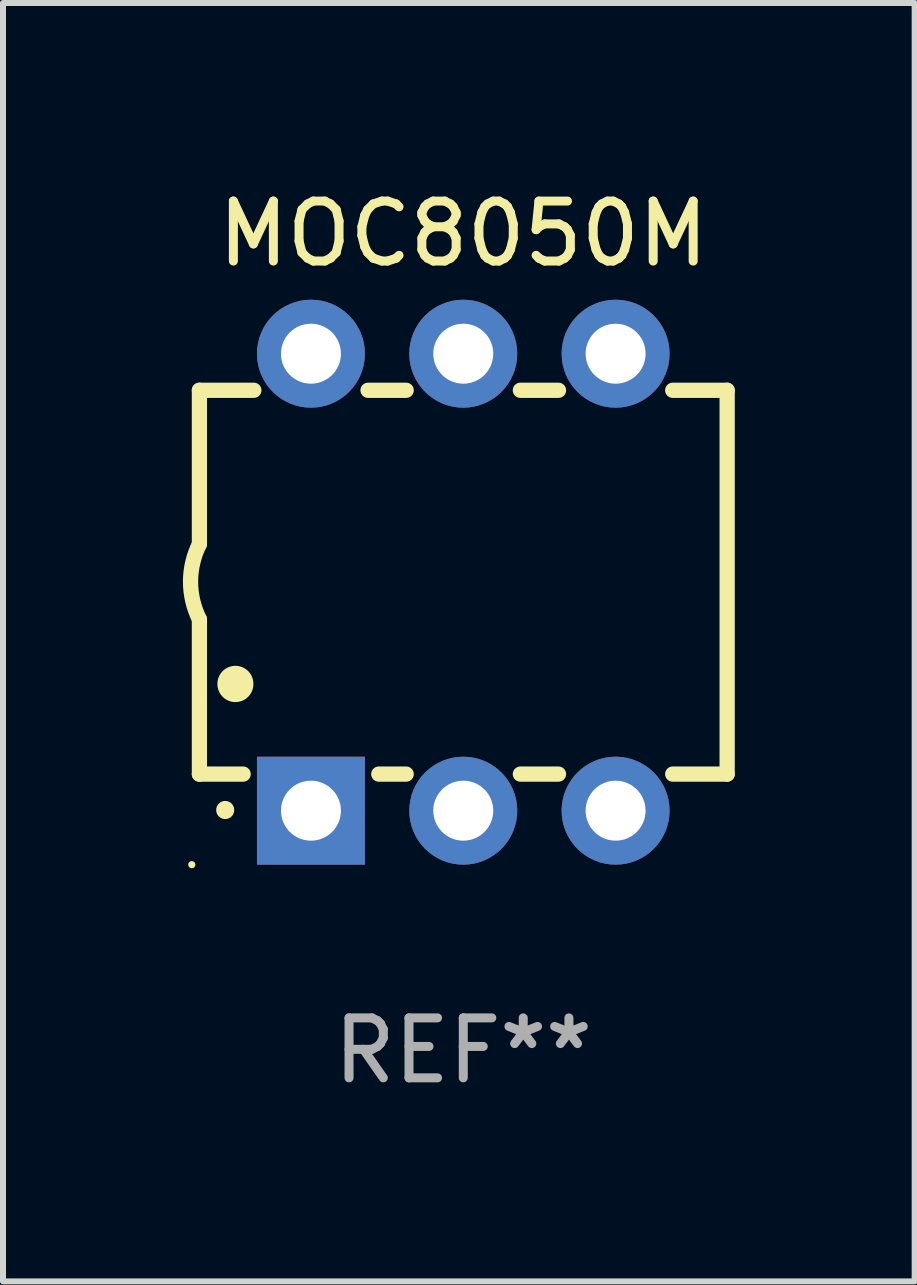
<source format=kicad_pcb>
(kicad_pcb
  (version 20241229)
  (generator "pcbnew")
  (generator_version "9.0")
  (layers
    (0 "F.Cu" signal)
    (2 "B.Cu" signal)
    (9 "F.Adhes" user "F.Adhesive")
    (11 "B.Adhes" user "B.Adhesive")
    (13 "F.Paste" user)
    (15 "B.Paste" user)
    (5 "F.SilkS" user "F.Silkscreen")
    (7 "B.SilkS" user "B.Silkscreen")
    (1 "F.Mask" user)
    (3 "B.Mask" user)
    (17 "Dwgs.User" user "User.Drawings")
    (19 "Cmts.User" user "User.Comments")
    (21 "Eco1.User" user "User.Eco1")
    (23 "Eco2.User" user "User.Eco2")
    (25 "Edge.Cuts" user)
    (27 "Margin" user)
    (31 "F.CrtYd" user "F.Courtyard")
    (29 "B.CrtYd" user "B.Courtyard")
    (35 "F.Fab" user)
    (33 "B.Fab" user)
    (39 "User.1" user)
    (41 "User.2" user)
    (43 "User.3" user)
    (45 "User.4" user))
  (footprint "MOC8050M"
    (layer "F.Cu")
    (at 4.675 6.658)
    (property "Reference" "MOC8050M" (at 0 -5.81 0) (layer "F.SilkS") (effects (font (size 1 1) (thickness 0.15))))
    (attr through_hole)
    (fp_line (start -4.4 -3.2) (end -4.4 -0.635) (stroke (width 0.254) (type solid)) (layer "F.SilkS"))
    (fp_line (start -4.4 -3.2) (end -3.492 -3.2) (stroke (width 0.254) (type solid)) (layer "F.SilkS"))
    (fp_line (start -4.4 3.2) (end -4.4 0.619) (stroke (width 0.254) (type solid)) (layer "F.SilkS"))
    (fp_line (start -3.671 3.2) (end -4.4 3.2) (stroke (width 0.254) (type solid)) (layer "F.SilkS"))
    (fp_line (start -1.588 -3.2) (end -0.952 -3.2) (stroke (width 0.254) (type solid)) (layer "F.SilkS"))
    (fp_line (start -0.952 3.2) (end -1.409 3.2) (stroke (width 0.254) (type solid)) (layer "F.SilkS"))
    (fp_line (start 0.952 -3.2) (end 1.588 -3.2) (stroke (width 0.254) (type solid)) (layer "F.SilkS"))
    (fp_line (start 1.588 3.2) (end 0.952 3.2) (stroke (width 0.254) (type solid)) (layer "F.SilkS"))
    (fp_line (start 3.492 -3.2) (end 4.4 -3.2) (stroke (width 0.254) (type solid)) (layer "F.SilkS"))
    (fp_line (start 4.4 -3.2) (end 4.4 3.2) (stroke (width 0.254) (type solid)) (layer "F.SilkS"))
    (fp_line (start 4.4 3.2) (end 3.492 3.2) (stroke (width 0.254) (type solid)) (layer "F.SilkS"))
    (fp_arc (start -4.399288 0.619762) (mid -4.547636 -0.007536) (end -4.4 -0.635001) (stroke (width 0.254001) (type solid)) (layer "F.SilkS"))
    (fp_arc (start -3.970028 3.799848) (mid -3.970033 3.798578) (end -3.970028 3.797308) (stroke (width 0.3) (type solid)) (layer "F.SilkS"))
    (fp_arc (start -3.799848 1.699263) (mid -3.799859 1.696723) (end -3.799848 1.694183) (stroke (width 0.6) (type solid)) (layer "F.SilkS"))
    (fp_circle (center -4.527 4.71) (end -4.497 4.71) (stroke (width 0.06) (type solid)) (fill no) (layer "F.SilkS"))
    (fp_text user "REF**" (at 0 7.81 0) (layer "F.Fab") (effects (font (size 1 1) (thickness 0.15))))
    (pad "1" thru_hole rect (at -2.54 3.81 180) (size 1.8 1.8) (drill 1) (layers "*.Cu" "*.Mask"))
    (pad "2" thru_hole circle (at 0 3.81) (size 1.8 1.8) (drill 1) (layers "*.Cu" "*.Mask"))
    (pad "3" thru_hole circle (at 2.54 3.81) (size 1.8 1.8) (drill 1) (layers "*.Cu" "*.Mask"))
    (pad "4" thru_hole circle (at 2.54 -3.81) (size 1.8 1.8) (drill 1) (layers "*.Cu" "*.Mask"))
    (pad "5" thru_hole circle (at 0 -3.81) (size 1.8 1.8) (drill 1) (layers "*.Cu" "*.Mask"))
    (pad "6" thru_hole circle (at -2.54 -3.81) (size 1.8 1.8) (drill 1) (layers "*.Cu" "*.Mask")))
  (gr_rect
    (start -3 -3)
    (end 12.202 18.317)
    (stroke (width 0.1) (type default))
    (fill no)
    (layer "Edge.Cuts")))
</source>
